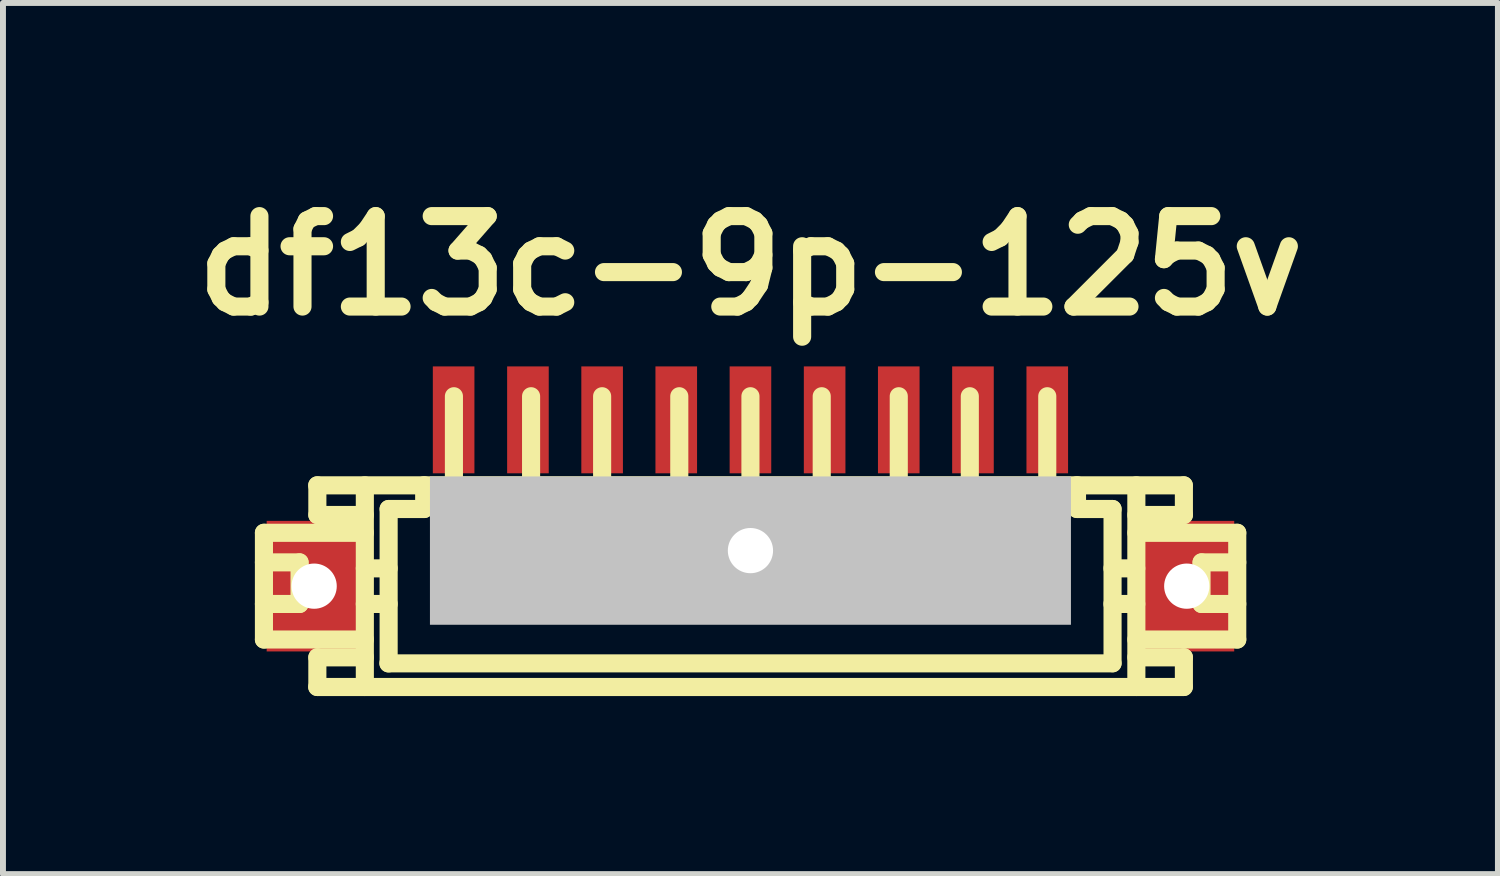
<source format=kicad_pcb>
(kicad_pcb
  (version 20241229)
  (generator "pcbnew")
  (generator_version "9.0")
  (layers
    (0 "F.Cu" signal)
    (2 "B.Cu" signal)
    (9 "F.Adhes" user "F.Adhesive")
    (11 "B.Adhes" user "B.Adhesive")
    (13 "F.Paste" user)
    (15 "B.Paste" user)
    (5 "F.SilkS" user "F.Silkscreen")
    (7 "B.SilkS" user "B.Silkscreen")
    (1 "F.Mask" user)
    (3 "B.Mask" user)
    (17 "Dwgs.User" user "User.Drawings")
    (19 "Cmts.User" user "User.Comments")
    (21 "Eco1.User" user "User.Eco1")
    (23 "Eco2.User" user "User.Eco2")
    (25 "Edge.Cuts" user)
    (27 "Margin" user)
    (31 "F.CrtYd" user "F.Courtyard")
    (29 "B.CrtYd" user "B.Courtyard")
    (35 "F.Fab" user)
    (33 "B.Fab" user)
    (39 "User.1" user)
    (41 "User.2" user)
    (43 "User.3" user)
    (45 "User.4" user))
  (footprint "df13c-9p-125v"
    (layer "F.Cu")
    (at 9.594 6.026)
    (property "Reference" "df13c-9p-125v" (at 0 -4.6 0) (layer "F.SilkS") (effects (font (size 1.524 1.524) (thickness 0.305))))
    (attr through_hole)
    (fp_line (start -8.197 -0.099) (end -6.497 -0.099) (stroke (width 0.305) (type solid)) (layer "F.SilkS"))
    (fp_line (start -8.197 0.399) (end -7.597 0.399) (stroke (width 0.305) (type solid)) (layer "F.SilkS"))
    (fp_line (start -8.197 1.699) (end -8.197 -0.099) (stroke (width 0.305) (type solid)) (layer "F.SilkS"))
    (fp_line (start -8.197 1.699) (end -6.497 1.699) (stroke (width 0.305) (type solid)) (layer "F.SilkS"))
    (fp_line (start -7.597 0.399) (end -7.597 1.1) (stroke (width 0.305) (type solid)) (layer "F.SilkS"))
    (fp_line (start -7.597 1.1) (end -8.197 1.1) (stroke (width 0.305) (type solid)) (layer "F.SilkS"))
    (fp_line (start -7.3 -0.899) (end 7.3 -0.899) (stroke (width 0.305) (type solid)) (layer "F.SilkS"))
    (fp_line (start -7.297 -0.399) (end -7.297 -0.899) (stroke (width 0.305) (type solid)) (layer "F.SilkS"))
    (fp_line (start -7.297 2.499) (end -7.297 1.999) (stroke (width 0.305) (type solid)) (layer "F.SilkS"))
    (fp_line (start -6.497 -0.899) (end -6.497 2.499) (stroke (width 0.305) (type solid)) (layer "F.SilkS"))
    (fp_line (start -6.497 -0.399) (end -7.297 -0.399) (stroke (width 0.305) (type solid)) (layer "F.SilkS"))
    (fp_line (start -6.497 0.5) (end -6.096 0.5) (stroke (width 0.305) (type solid)) (layer "F.SilkS"))
    (fp_line (start -6.497 1.1) (end -6.096 1.1) (stroke (width 0.305) (type solid)) (layer "F.SilkS"))
    (fp_line (start -6.497 1.999) (end -7.297 1.999) (stroke (width 0.305) (type solid)) (layer "F.SilkS"))
    (fp_line (start -6.101 2.101) (end 6.101 2.101) (stroke (width 0.305) (type solid)) (layer "F.SilkS"))
    (fp_line (start -6.096 -0.5) (end -5.497 -0.5) (stroke (width 0.305) (type solid)) (layer "F.SilkS"))
    (fp_line (start -6.096 2.101) (end -6.096 -0.5) (stroke (width 0.305) (type solid)) (layer "F.SilkS"))
    (fp_line (start -5.497 -0.902) (end -5.497 -0.5) (stroke (width 0.305) (type solid)) (layer "F.SilkS"))
    (fp_line (start -5.098 0.998) (end -5.098 1.199) (stroke (width 0.305) (type solid)) (layer "F.SilkS"))
    (fp_line (start -5.098 1.199) (end -4.897 1.199) (stroke (width 0.305) (type solid)) (layer "F.SilkS"))
    (fp_line (start -4.996 -0.902) (end -4.996 -2.4) (stroke (width 0.305) (type solid)) (layer "F.SilkS"))
    (fp_line (start -4.897 0.998) (end -5.098 0.998) (stroke (width 0.305) (type solid)) (layer "F.SilkS"))
    (fp_line (start -4.897 1.199) (end -4.897 0.998) (stroke (width 0.305) (type solid)) (layer "F.SilkS"))
    (fp_line (start -3.8 1.001) (end -3.602 1.001) (stroke (width 0.305) (type solid)) (layer "F.SilkS"))
    (fp_line (start -3.8 1.199) (end -3.8 1.001) (stroke (width 0.305) (type solid)) (layer "F.SilkS"))
    (fp_line (start -3.696 -0.899) (end -3.696 -2.4) (stroke (width 0.305) (type solid)) (layer "F.SilkS"))
    (fp_line (start -3.602 1.001) (end -3.602 1.199) (stroke (width 0.305) (type solid)) (layer "F.SilkS"))
    (fp_line (start -3.602 1.199) (end -3.8 1.199) (stroke (width 0.305) (type solid)) (layer "F.SilkS"))
    (fp_line (start -2.598 1.001) (end -2.4 1.001) (stroke (width 0.305) (type solid)) (layer "F.SilkS"))
    (fp_line (start -2.598 1.199) (end -2.598 1.001) (stroke (width 0.305) (type solid)) (layer "F.SilkS"))
    (fp_line (start -2.499 -2.4) (end -2.499 -0.899) (stroke (width 0.305) (type solid)) (layer "F.SilkS"))
    (fp_line (start -2.4 1.001) (end -2.4 1.199) (stroke (width 0.305) (type solid)) (layer "F.SilkS"))
    (fp_line (start -2.4 1.199) (end -2.598 1.199) (stroke (width 0.305) (type solid)) (layer "F.SilkS"))
    (fp_line (start -1.298 1.001) (end -1.1 1.001) (stroke (width 0.305) (type solid)) (layer "F.SilkS"))
    (fp_line (start -1.298 1.199) (end -1.298 1.001) (stroke (width 0.305) (type solid)) (layer "F.SilkS"))
    (fp_line (start -1.199 -0.899) (end -1.199 -2.4) (stroke (width 0.305) (type solid)) (layer "F.SilkS"))
    (fp_line (start -1.1 1.001) (end -1.1 1.199) (stroke (width 0.305) (type solid)) (layer "F.SilkS"))
    (fp_line (start -1.1 1.199) (end -1.298 1.199) (stroke (width 0.305) (type solid)) (layer "F.SilkS"))
    (fp_line (start -0.099 1.001) (end 0.099 1.001) (stroke (width 0.305) (type solid)) (layer "F.SilkS"))
    (fp_line (start -0.099 1.199) (end -0.099 1.001) (stroke (width 0.305) (type solid)) (layer "F.SilkS"))
    (fp_line (start 0 -0.899) (end 0 -2.4) (stroke (width 0.305) (type solid)) (layer "F.SilkS"))
    (fp_line (start 0.099 1.001) (end 0.099 1.199) (stroke (width 0.305) (type solid)) (layer "F.SilkS"))
    (fp_line (start 0.099 1.199) (end -0.099 1.199) (stroke (width 0.305) (type solid)) (layer "F.SilkS"))
    (fp_line (start 1.1 1.001) (end 1.3 1.001) (stroke (width 0.305) (type solid)) (layer "F.SilkS"))
    (fp_line (start 1.1 1.199) (end 1.1 1.001) (stroke (width 0.305) (type solid)) (layer "F.SilkS"))
    (fp_line (start 1.201 -2.4) (end 1.201 -0.899) (stroke (width 0.305) (type solid)) (layer "F.SilkS"))
    (fp_line (start 1.3 1.001) (end 1.3 1.199) (stroke (width 0.305) (type solid)) (layer "F.SilkS"))
    (fp_line (start 1.3 1.199) (end 1.1 1.199) (stroke (width 0.305) (type solid)) (layer "F.SilkS"))
    (fp_line (start 2.398 1.001) (end 2.596 1.001) (stroke (width 0.305) (type solid)) (layer "F.SilkS"))
    (fp_line (start 2.398 1.199) (end 2.398 1.001) (stroke (width 0.305) (type solid)) (layer "F.SilkS"))
    (fp_line (start 2.499 -0.899) (end 2.499 -2.4) (stroke (width 0.305) (type solid)) (layer "F.SilkS"))
    (fp_line (start 2.596 1.001) (end 2.596 1.199) (stroke (width 0.305) (type solid)) (layer "F.SilkS"))
    (fp_line (start 2.596 1.199) (end 2.398 1.199) (stroke (width 0.305) (type solid)) (layer "F.SilkS"))
    (fp_line (start 3.602 0.998) (end 3.802 0.998) (stroke (width 0.305) (type solid)) (layer "F.SilkS"))
    (fp_line (start 3.602 1.199) (end 3.602 0.998) (stroke (width 0.305) (type solid)) (layer "F.SilkS"))
    (fp_line (start 3.696 -0.899) (end 3.696 -2.4) (stroke (width 0.305) (type solid)) (layer "F.SilkS"))
    (fp_line (start 3.802 0.998) (end 3.802 1.199) (stroke (width 0.305) (type solid)) (layer "F.SilkS"))
    (fp_line (start 3.802 1.199) (end 3.602 1.199) (stroke (width 0.305) (type solid)) (layer "F.SilkS"))
    (fp_line (start 4.902 1.001) (end 5.103 1.001) (stroke (width 0.305) (type solid)) (layer "F.SilkS"))
    (fp_line (start 4.902 1.199) (end 4.902 1.001) (stroke (width 0.305) (type solid)) (layer "F.SilkS"))
    (fp_line (start 5.001 -0.902) (end 5.001 -2.4) (stroke (width 0.305) (type solid)) (layer "F.SilkS"))
    (fp_line (start 5.103 1.001) (end 5.103 1.199) (stroke (width 0.305) (type solid)) (layer "F.SilkS"))
    (fp_line (start 5.103 1.199) (end 4.902 1.199) (stroke (width 0.305) (type solid)) (layer "F.SilkS"))
    (fp_line (start 5.502 -0.5) (end 5.502 -0.902) (stroke (width 0.305) (type solid)) (layer "F.SilkS"))
    (fp_line (start 6.099 1.1) (end 6.5 1.1) (stroke (width 0.305) (type solid)) (layer "F.SilkS"))
    (fp_line (start 6.101 -0.5) (end 5.502 -0.5) (stroke (width 0.305) (type solid)) (layer "F.SilkS"))
    (fp_line (start 6.101 2.098) (end 6.101 -0.5) (stroke (width 0.305) (type solid)) (layer "F.SilkS"))
    (fp_line (start 6.5 0.5) (end 6.099 0.5) (stroke (width 0.305) (type solid)) (layer "F.SilkS"))
    (fp_line (start 6.502 -0.899) (end 6.502 2.499) (stroke (width 0.305) (type solid)) (layer "F.SilkS"))
    (fp_line (start 7.3 2.499) (end -7.3 2.499) (stroke (width 0.305) (type solid)) (layer "F.SilkS"))
    (fp_line (start 7.303 -0.399) (end 6.502 -0.399) (stroke (width 0.305) (type solid)) (layer "F.SilkS"))
    (fp_line (start 7.303 -0.399) (end 7.303 -0.899) (stroke (width 0.305) (type solid)) (layer "F.SilkS"))
    (fp_line (start 7.303 1.999) (end 6.502 1.999) (stroke (width 0.305) (type solid)) (layer "F.SilkS"))
    (fp_line (start 7.303 2.499) (end 7.303 1.999) (stroke (width 0.305) (type solid)) (layer "F.SilkS"))
    (fp_line (start 7.6 0.399) (end 7.6 1.1) (stroke (width 0.305) (type solid)) (layer "F.SilkS"))
    (fp_line (start 7.602 0.399) (end 8.202 0.399) (stroke (width 0.305) (type solid)) (layer "F.SilkS"))
    (fp_line (start 7.602 1.1) (end 8.202 1.1) (stroke (width 0.305) (type solid)) (layer "F.SilkS"))
    (fp_line (start 8.202 -0.099) (end 6.502 -0.099) (stroke (width 0.305) (type solid)) (layer "F.SilkS"))
    (fp_line (start 8.202 -0.099) (end 8.202 1.699) (stroke (width 0.305) (type solid)) (layer "F.SilkS"))
    (fp_line (start 8.202 1.699) (end 6.502 1.699) (stroke (width 0.305) (type solid)) (layer "F.SilkS"))
    (pad "" np_thru_hole rect (at -7.351 0.8) (size 1.6 2.2) (drill 0.762) (layers "F.Cu" "F.Mask" "F.Paste"))
    (pad "" np_thru_hole rect (at 0 0.201) (size 10.8 2.499) (drill 0.762) (layers "Dwgs.User"))
    (pad "" np_thru_hole rect (at 7.351 0.8) (size 1.6 2.2) (drill 0.762) (layers "F.Cu" "F.Mask" "F.Paste"))
    (pad "1" smd rect (at -5.001 -2.002) (size 0.701 1.801) (layers "F.Cu" "F.Mask" "F.Paste"))
    (pad "2" smd rect (at -3.749 -2.002) (size 0.701 1.801) (layers "F.Cu" "F.Mask" "F.Paste"))
    (pad "3" smd rect (at -2.499 -2.002) (size 0.701 1.801) (layers "F.Cu" "F.Mask" "F.Paste"))
    (pad "4" smd rect (at -1.25 -2.002) (size 0.701 1.801) (layers "F.Cu" "F.Mask" "F.Paste"))
    (pad "5" smd rect (at 0 -2.002) (size 0.701 1.801) (layers "F.Cu" "F.Mask" "F.Paste"))
    (pad "6" smd rect (at 1.25 -2.002) (size 0.701 1.801) (layers "F.Cu" "F.Mask" "F.Paste"))
    (pad "7" smd rect (at 2.499 -2.002) (size 0.701 1.801) (layers "F.Cu" "F.Mask" "F.Paste"))
    (pad "8" smd rect (at 3.749 -2.002) (size 0.701 1.801) (layers "F.Cu" "F.Mask" "F.Paste"))
    (pad "9" smd rect (at 5.001 -2.002) (size 0.701 1.801) (layers "F.Cu" "F.Mask" "F.Paste")))
  (gr_rect
    (start -3 -3)
    (end 22.188 11.678)
    (stroke (width 0.1) (type default))
    (fill no)
    (layer "Edge.Cuts")))
</source>
